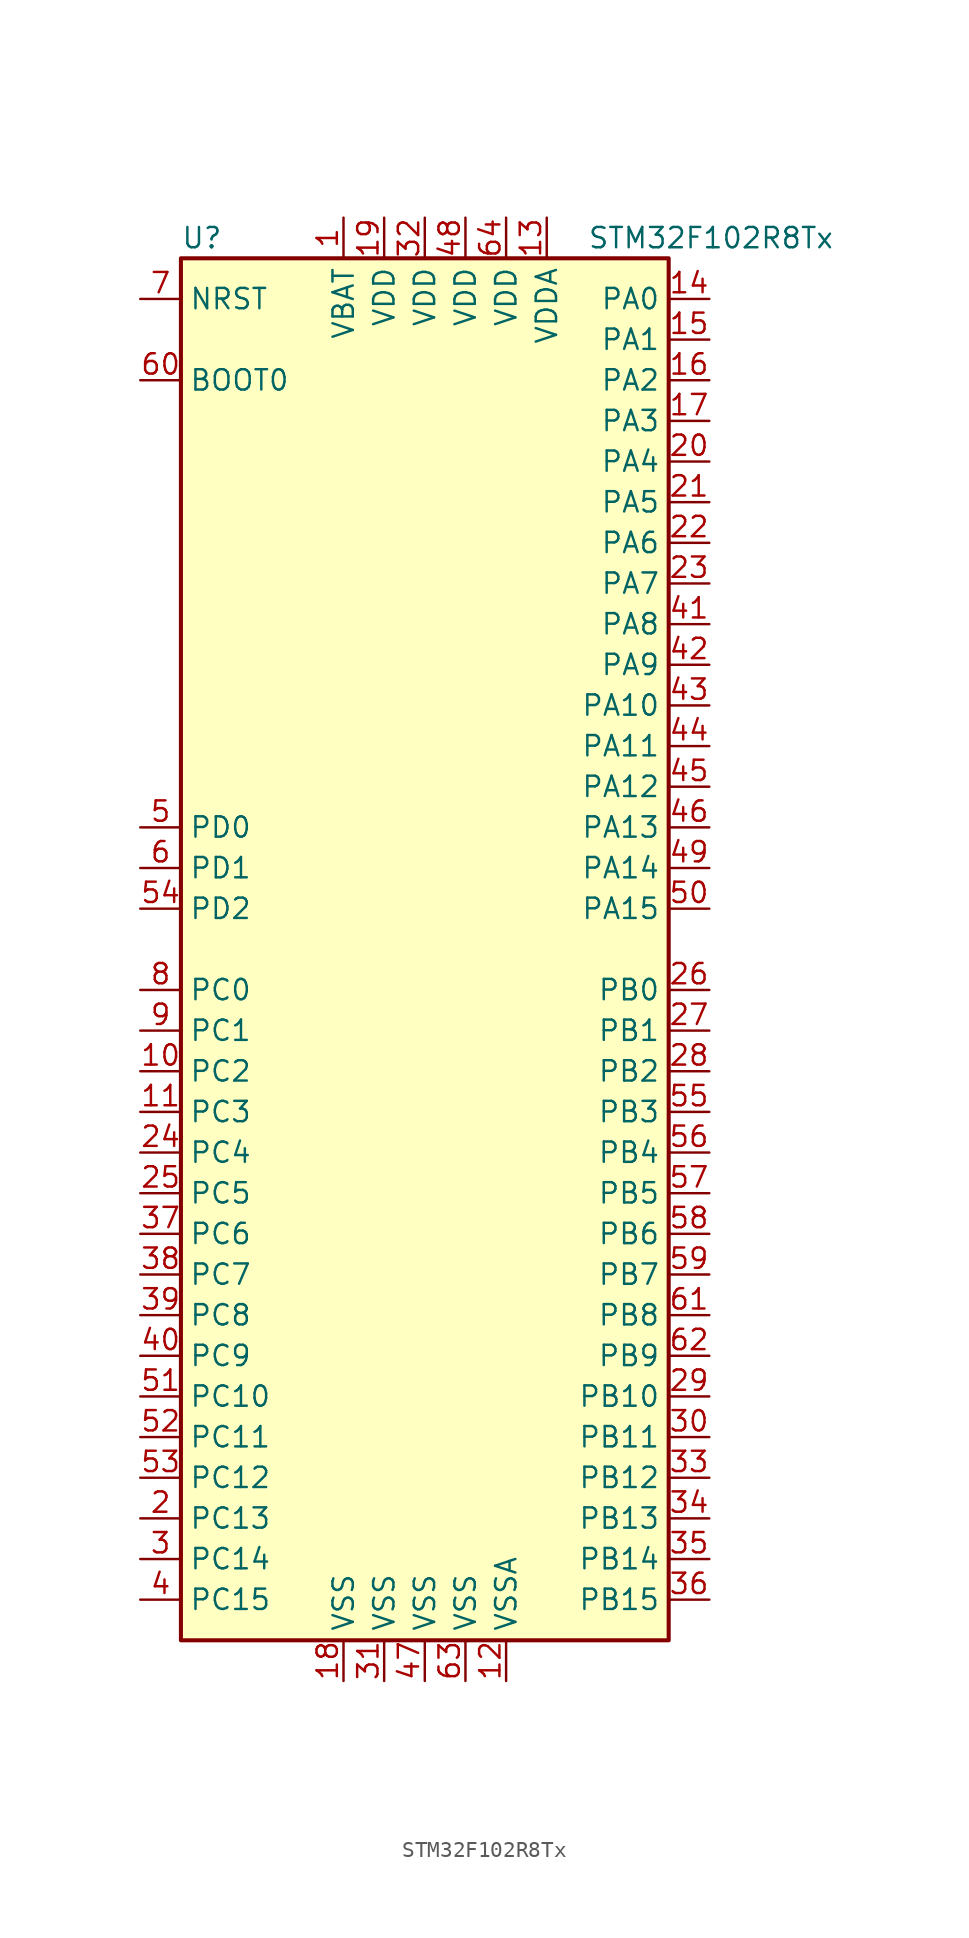
<source format=kicad_sym>
(kicad_symbol_lib
  (version 20201005)
  (generator kicad_symbol_editor)
  (symbol "STM32F102R8Tx"
    (property "Reference" "U"
      (at -15.24 44.45 0)
      (effects (font (size 1.27 1.27)) (justify left)))
    (property "Value" "STM32F102R8Tx"
      (at 10.16 44.45 0)
      (effects (font (size 1.27 1.27)) (justify left)))
    (symbol "STM32F102R8Tx_0_1"
      (rectangle (start -15.24 -43.18) (end 15.24 43.18) (stroke (width 0.254)) (fill (type background))))
    (symbol "STM32F102R8Tx_1_1"
      (pin input line (at -17.78 35.56 0) (length 2.54) (name "BOOT0" (effects (font (size 1.27 1.27)))) (number "60" (effects (font (size 1.27 1.27)))))
      (pin input line (at -17.78 40.64 0) (length 2.54) (name "NRST" (effects (font (size 1.27 1.27)))) (number "7" (effects (font (size 1.27 1.27)))))
      (pin bidirectional line (at 17.78 40.64 180) (length 2.54) (name "PA0" (effects (font (size 1.27 1.27)))) (number "14" (effects (font (size 1.27 1.27)))))
      (pin bidirectional line (at 17.78 38.1 180) (length 2.54) (name "PA1" (effects (font (size 1.27 1.27)))) (number "15" (effects (font (size 1.27 1.27)))))
      (pin bidirectional line (at 17.78 15.24 180) (length 2.54) (name "PA10" (effects (font (size 1.27 1.27)))) (number "43" (effects (font (size 1.27 1.27)))))
      (pin bidirectional line (at 17.78 12.7 180) (length 2.54) (name "PA11" (effects (font (size 1.27 1.27)))) (number "44" (effects (font (size 1.27 1.27)))))
      (pin bidirectional line (at 17.78 10.16 180) (length 2.54) (name "PA12" (effects (font (size 1.27 1.27)))) (number "45" (effects (font (size 1.27 1.27)))))
      (pin bidirectional line (at 17.78 7.62 180) (length 2.54) (name "PA13" (effects (font (size 1.27 1.27)))) (number "46" (effects (font (size 1.27 1.27)))))
      (pin bidirectional line (at 17.78 5.08 180) (length 2.54) (name "PA14" (effects (font (size 1.27 1.27)))) (number "49" (effects (font (size 1.27 1.27)))))
      (pin bidirectional line (at 17.78 2.54 180) (length 2.54) (name "PA15" (effects (font (size 1.27 1.27)))) (number "50" (effects (font (size 1.27 1.27)))))
      (pin bidirectional line (at 17.78 35.56 180) (length 2.54) (name "PA2" (effects (font (size 1.27 1.27)))) (number "16" (effects (font (size 1.27 1.27)))))
      (pin bidirectional line (at 17.78 33.02 180) (length 2.54) (name "PA3" (effects (font (size 1.27 1.27)))) (number "17" (effects (font (size 1.27 1.27)))))
      (pin bidirectional line (at 17.78 30.48 180) (length 2.54) (name "PA4" (effects (font (size 1.27 1.27)))) (number "20" (effects (font (size 1.27 1.27)))))
      (pin bidirectional line (at 17.78 27.94 180) (length 2.54) (name "PA5" (effects (font (size 1.27 1.27)))) (number "21" (effects (font (size 1.27 1.27)))))
      (pin bidirectional line (at 17.78 25.4 180) (length 2.54) (name "PA6" (effects (font (size 1.27 1.27)))) (number "22" (effects (font (size 1.27 1.27)))))
      (pin bidirectional line (at 17.78 22.86 180) (length 2.54) (name "PA7" (effects (font (size 1.27 1.27)))) (number "23" (effects (font (size 1.27 1.27)))))
      (pin bidirectional line (at 17.78 20.32 180) (length 2.54) (name "PA8" (effects (font (size 1.27 1.27)))) (number "41" (effects (font (size 1.27 1.27)))))
      (pin bidirectional line (at 17.78 17.78 180) (length 2.54) (name "PA9" (effects (font (size 1.27 1.27)))) (number "42" (effects (font (size 1.27 1.27)))))
      (pin bidirectional line (at 17.78 -2.54 180) (length 2.54) (name "PB0" (effects (font (size 1.27 1.27)))) (number "26" (effects (font (size 1.27 1.27)))))
      (pin bidirectional line (at 17.78 -5.08 180) (length 2.54) (name "PB1" (effects (font (size 1.27 1.27)))) (number "27" (effects (font (size 1.27 1.27)))))
      (pin bidirectional line (at 17.78 -27.94 180) (length 2.54) (name "PB10" (effects (font (size 1.27 1.27)))) (number "29" (effects (font (size 1.27 1.27)))))
      (pin bidirectional line (at 17.78 -30.48 180) (length 2.54) (name "PB11" (effects (font (size 1.27 1.27)))) (number "30" (effects (font (size 1.27 1.27)))))
      (pin bidirectional line (at 17.78 -33.02 180) (length 2.54) (name "PB12" (effects (font (size 1.27 1.27)))) (number "33" (effects (font (size 1.27 1.27)))))
      (pin bidirectional line (at 17.78 -35.56 180) (length 2.54) (name "PB13" (effects (font (size 1.27 1.27)))) (number "34" (effects (font (size 1.27 1.27)))))
      (pin bidirectional line (at 17.78 -38.1 180) (length 2.54) (name "PB14" (effects (font (size 1.27 1.27)))) (number "35" (effects (font (size 1.27 1.27)))))
      (pin bidirectional line (at 17.78 -40.64 180) (length 2.54) (name "PB15" (effects (font (size 1.27 1.27)))) (number "36" (effects (font (size 1.27 1.27)))))
      (pin bidirectional line (at 17.78 -7.62 180) (length 2.54) (name "PB2" (effects (font (size 1.27 1.27)))) (number "28" (effects (font (size 1.27 1.27)))))
      (pin bidirectional line (at 17.78 -10.16 180) (length 2.54) (name "PB3" (effects (font (size 1.27 1.27)))) (number "55" (effects (font (size 1.27 1.27)))))
      (pin bidirectional line (at 17.78 -12.7 180) (length 2.54) (name "PB4" (effects (font (size 1.27 1.27)))) (number "56" (effects (font (size 1.27 1.27)))))
      (pin bidirectional line (at 17.78 -15.24 180) (length 2.54) (name "PB5" (effects (font (size 1.27 1.27)))) (number "57" (effects (font (size 1.27 1.27)))))
      (pin bidirectional line (at 17.78 -17.78 180) (length 2.54) (name "PB6" (effects (font (size 1.27 1.27)))) (number "58" (effects (font (size 1.27 1.27)))))
      (pin bidirectional line (at 17.78 -20.32 180) (length 2.54) (name "PB7" (effects (font (size 1.27 1.27)))) (number "59" (effects (font (size 1.27 1.27)))))
      (pin bidirectional line (at 17.78 -22.86 180) (length 2.54) (name "PB8" (effects (font (size 1.27 1.27)))) (number "61" (effects (font (size 1.27 1.27)))))
      (pin bidirectional line (at 17.78 -25.4 180) (length 2.54) (name "PB9" (effects (font (size 1.27 1.27)))) (number "62" (effects (font (size 1.27 1.27)))))
      (pin bidirectional line (at -17.78 -2.54 0) (length 2.54) (name "PC0" (effects (font (size 1.27 1.27)))) (number "8" (effects (font (size 1.27 1.27)))))
      (pin bidirectional line (at -17.78 -5.08 0) (length 2.54) (name "PC1" (effects (font (size 1.27 1.27)))) (number "9" (effects (font (size 1.27 1.27)))))
      (pin bidirectional line (at -17.78 -27.94 0) (length 2.54) (name "PC10" (effects (font (size 1.27 1.27)))) (number "51" (effects (font (size 1.27 1.27)))))
      (pin bidirectional line (at -17.78 -30.48 0) (length 2.54) (name "PC11" (effects (font (size 1.27 1.27)))) (number "52" (effects (font (size 1.27 1.27)))))
      (pin bidirectional line (at -17.78 -33.02 0) (length 2.54) (name "PC12" (effects (font (size 1.27 1.27)))) (number "53" (effects (font (size 1.27 1.27)))))
      (pin bidirectional line (at -17.78 -35.56 0) (length 2.54) (name "PC13" (effects (font (size 1.27 1.27)))) (number "2" (effects (font (size 1.27 1.27)))))
      (pin bidirectional line (at -17.78 -38.1 0) (length 2.54) (name "PC14" (effects (font (size 1.27 1.27)))) (number "3" (effects (font (size 1.27 1.27)))))
      (pin bidirectional line (at -17.78 -40.64 0) (length 2.54) (name "PC15" (effects (font (size 1.27 1.27)))) (number "4" (effects (font (size 1.27 1.27)))))
      (pin bidirectional line (at -17.78 -7.62 0) (length 2.54) (name "PC2" (effects (font (size 1.27 1.27)))) (number "10" (effects (font (size 1.27 1.27)))))
      (pin bidirectional line (at -17.78 -10.16 0) (length 2.54) (name "PC3" (effects (font (size 1.27 1.27)))) (number "11" (effects (font (size 1.27 1.27)))))
      (pin bidirectional line (at -17.78 -12.7 0) (length 2.54) (name "PC4" (effects (font (size 1.27 1.27)))) (number "24" (effects (font (size 1.27 1.27)))))
      (pin bidirectional line (at -17.78 -15.24 0) (length 2.54) (name "PC5" (effects (font (size 1.27 1.27)))) (number "25" (effects (font (size 1.27 1.27)))))
      (pin bidirectional line (at -17.78 -17.78 0) (length 2.54) (name "PC6" (effects (font (size 1.27 1.27)))) (number "37" (effects (font (size 1.27 1.27)))))
      (pin bidirectional line (at -17.78 -20.32 0) (length 2.54) (name "PC7" (effects (font (size 1.27 1.27)))) (number "38" (effects (font (size 1.27 1.27)))))
      (pin bidirectional line (at -17.78 -22.86 0) (length 2.54) (name "PC8" (effects (font (size 1.27 1.27)))) (number "39" (effects (font (size 1.27 1.27)))))
      (pin bidirectional line (at -17.78 -25.4 0) (length 2.54) (name "PC9" (effects (font (size 1.27 1.27)))) (number "40" (effects (font (size 1.27 1.27)))))
      (pin input line (at -17.78 7.62 0) (length 2.54) (name "PD0" (effects (font (size 1.27 1.27)))) (number "5" (effects (font (size 1.27 1.27)))))
      (pin input line (at -17.78 5.08 0) (length 2.54) (name "PD1" (effects (font (size 1.27 1.27)))) (number "6" (effects (font (size 1.27 1.27)))))
      (pin bidirectional line (at -17.78 2.54 0) (length 2.54) (name "PD2" (effects (font (size 1.27 1.27)))) (number "54" (effects (font (size 1.27 1.27)))))
      (pin power_in line (at -5.08 45.72 270) (length 2.54) (name "VBAT" (effects (font (size 1.27 1.27)))) (number "1" (effects (font (size 1.27 1.27)))))
      (pin power_in line (at -2.54 45.72 270) (length 2.54) (name "VDD" (effects (font (size 1.27 1.27)))) (number "19" (effects (font (size 1.27 1.27)))))
      (pin power_in line (at 0 45.72 270) (length 2.54) (name "VDD" (effects (font (size 1.27 1.27)))) (number "32" (effects (font (size 1.27 1.27)))))
      (pin power_in line (at 2.54 45.72 270) (length 2.54) (name "VDD" (effects (font (size 1.27 1.27)))) (number "48" (effects (font (size 1.27 1.27)))))
      (pin power_in line (at 5.08 45.72 270) (length 2.54) (name "VDD" (effects (font (size 1.27 1.27)))) (number "64" (effects (font (size 1.27 1.27)))))
      (pin power_in line (at 7.62 45.72 270) (length 2.54) (name "VDDA" (effects (font (size 1.27 1.27)))) (number "13" (effects (font (size 1.27 1.27)))))
      (pin power_in line (at -5.08 -45.72 90) (length 2.54) (name "VSS" (effects (font (size 1.27 1.27)))) (number "18" (effects (font (size 1.27 1.27)))))
      (pin power_in line (at -2.54 -45.72 90) (length 2.54) (name "VSS" (effects (font (size 1.27 1.27)))) (number "31" (effects (font (size 1.27 1.27)))))
      (pin power_in line (at 0 -45.72 90) (length 2.54) (name "VSS" (effects (font (size 1.27 1.27)))) (number "47" (effects (font (size 1.27 1.27)))))
      (pin power_in line (at 2.54 -45.72 90) (length 2.54) (name "VSS" (effects (font (size 1.27 1.27)))) (number "63" (effects (font (size 1.27 1.27)))))
      (pin power_in line (at 5.08 -45.72 90) (length 2.54) (name "VSSA" (effects (font (size 1.27 1.27)))) (number "12" (effects (font (size 1.27 1.27))))))))
</source>
